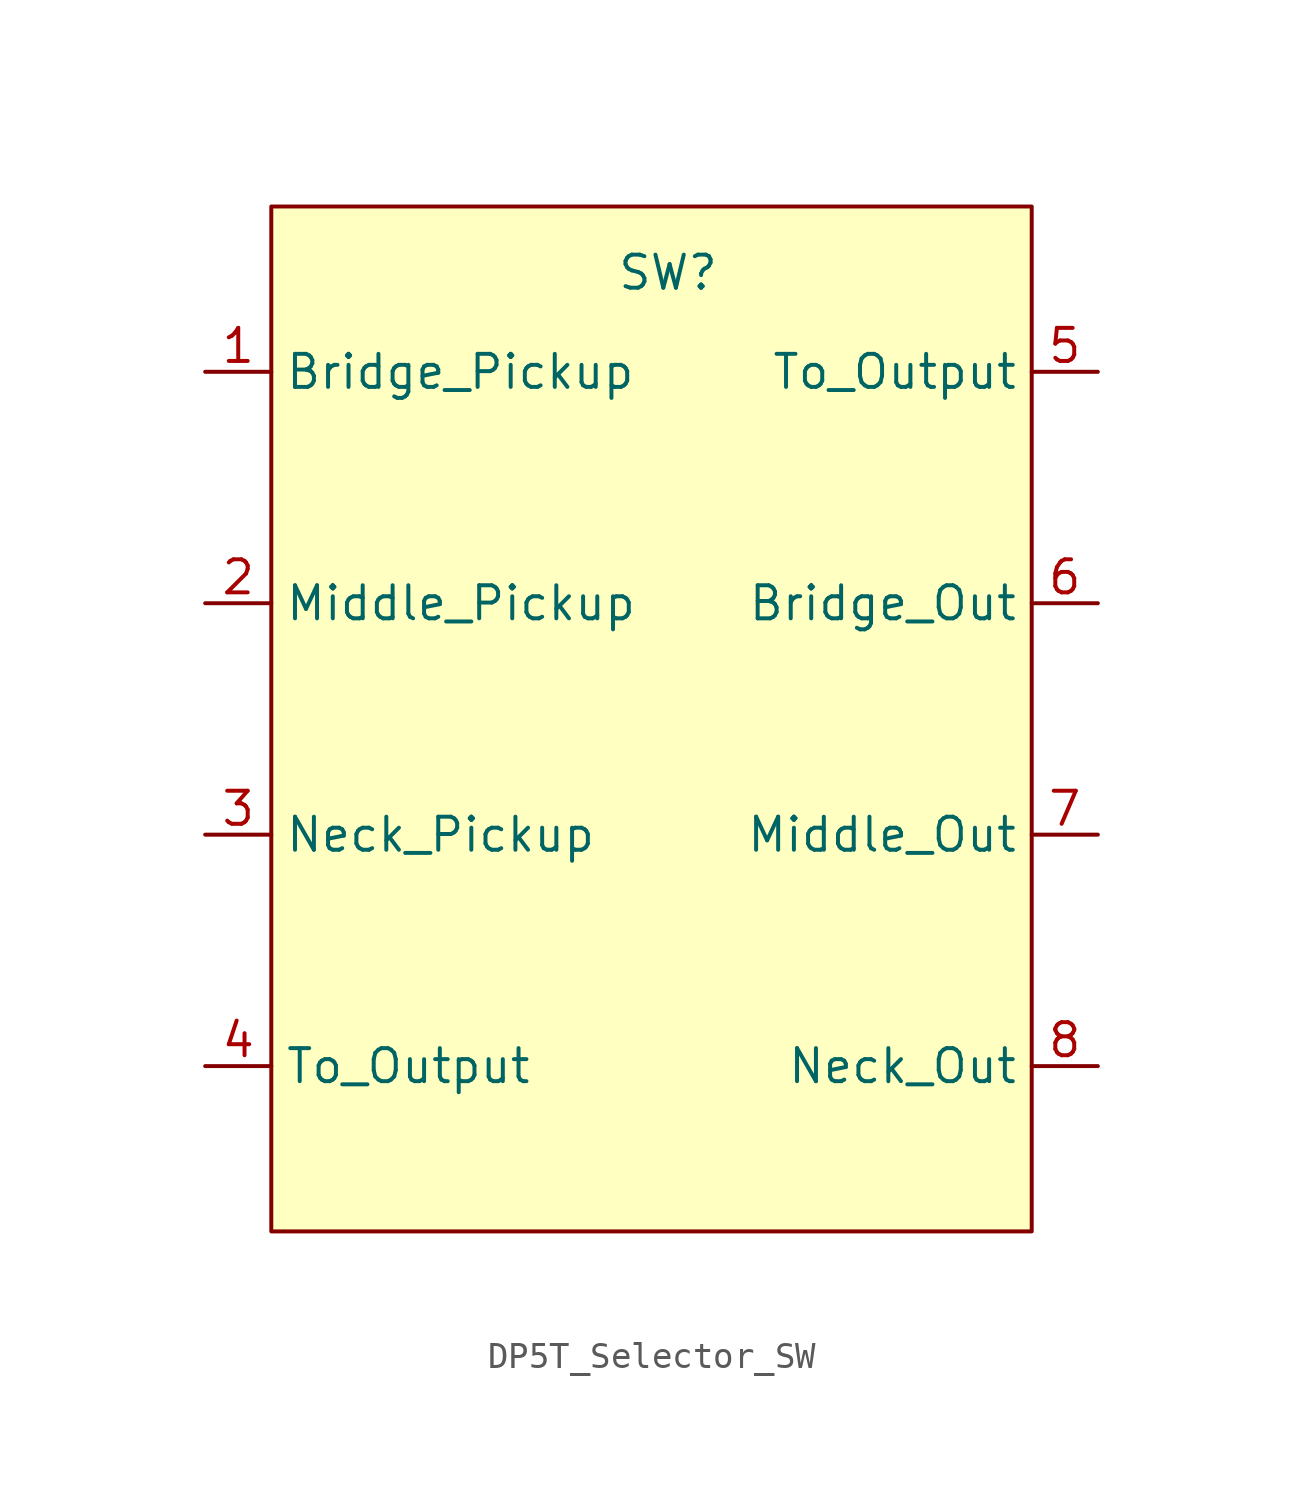
<source format=kicad_sym>
(kicad_symbol_lib
  (version 20220914)
  (generator kicad_symbol_editor)
  (symbol "DP5T_Selector_SW"
    (property "Reference" "SW"
      (at 3.81 3.81 0)
      (effects (font (size 1.27 1.27))))
    (property "Value" ""
      (at 0 0 0)
      (effects (font (size 1.27 1.27))))
    (symbol "DP5T_Selector_SW_0_0"
      (pin unspecified line (at -13.97 0 0) (length 2.54) (name "Bridge_Pickup" (effects (font (size 1.27 1.27)))) (number "1" (effects (font (size 1.27 1.27)))))
      (pin unspecified line (at -13.97 -8.89 0) (length 2.54) (name "Middle_Pickup" (effects (font (size 1.27 1.27)))) (number "2" (effects (font (size 1.27 1.27)))))
      (pin unspecified line (at -13.97 -17.78 0) (length 2.54) (name "Neck_Pickup" (effects (font (size 1.27 1.27)))) (number "3" (effects (font (size 1.27 1.27)))))
      (pin unspecified line (at -13.97 -26.67 0) (length 2.54) (name "To_Output" (effects (font (size 1.27 1.27)))) (number "4" (effects (font (size 1.27 1.27)))))
      (pin unspecified line (at 20.32 0 180) (length 2.54) (name "To_Output" (effects (font (size 1.27 1.27)))) (number "5" (effects (font (size 1.27 1.27)))))
      (pin unspecified line (at 20.32 -8.89 180) (length 2.54) (name "Bridge_Out" (effects (font (size 1.27 1.27)))) (number "6" (effects (font (size 1.27 1.27)))))
      (pin unspecified line (at 20.32 -17.78 180) (length 2.54) (name "Middle_Out" (effects (font (size 1.27 1.27)))) (number "7" (effects (font (size 1.27 1.27)))))
      (pin unspecified line (at 20.32 -26.67 180) (length 2.54) (name "Neck_Out" (effects (font (size 1.27 1.27)))) (number "8" (effects (font (size 1.27 1.27))))))
    (symbol "DP5T_Selector_SW_1_1"
      (rectangle (start -11.43 6.35) (end 17.78 -33.02) (stroke (width 0) (type default)) (fill (type background))))))
</source>
